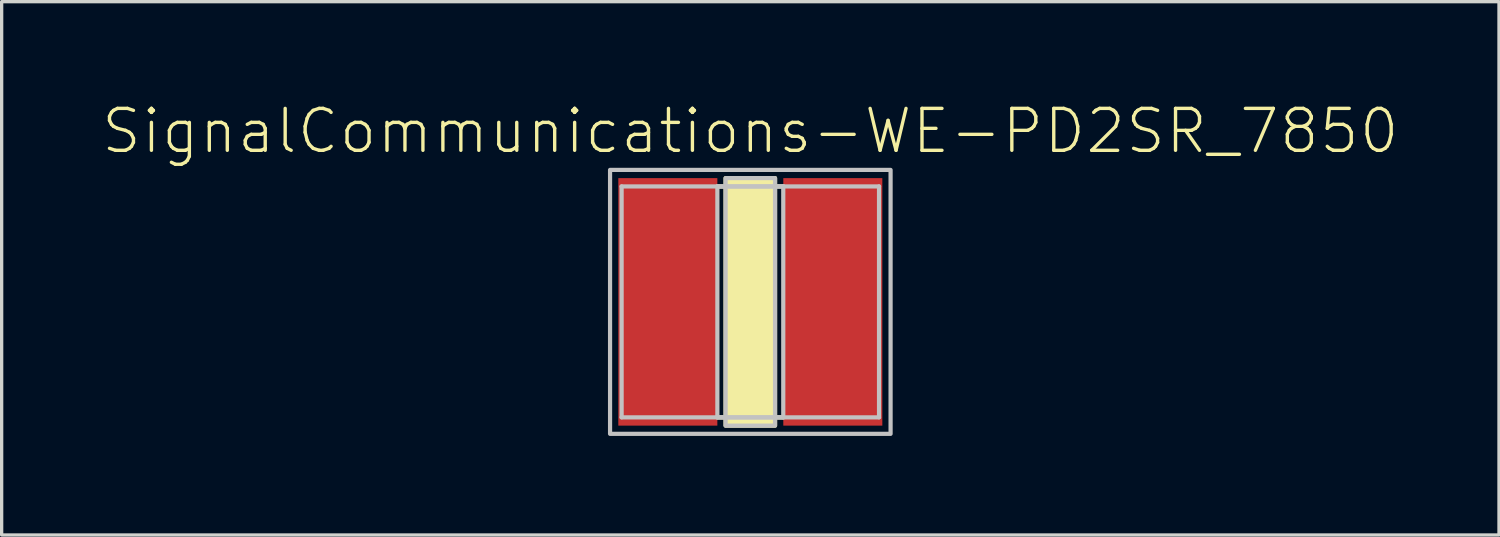
<source format=kicad_pcb>
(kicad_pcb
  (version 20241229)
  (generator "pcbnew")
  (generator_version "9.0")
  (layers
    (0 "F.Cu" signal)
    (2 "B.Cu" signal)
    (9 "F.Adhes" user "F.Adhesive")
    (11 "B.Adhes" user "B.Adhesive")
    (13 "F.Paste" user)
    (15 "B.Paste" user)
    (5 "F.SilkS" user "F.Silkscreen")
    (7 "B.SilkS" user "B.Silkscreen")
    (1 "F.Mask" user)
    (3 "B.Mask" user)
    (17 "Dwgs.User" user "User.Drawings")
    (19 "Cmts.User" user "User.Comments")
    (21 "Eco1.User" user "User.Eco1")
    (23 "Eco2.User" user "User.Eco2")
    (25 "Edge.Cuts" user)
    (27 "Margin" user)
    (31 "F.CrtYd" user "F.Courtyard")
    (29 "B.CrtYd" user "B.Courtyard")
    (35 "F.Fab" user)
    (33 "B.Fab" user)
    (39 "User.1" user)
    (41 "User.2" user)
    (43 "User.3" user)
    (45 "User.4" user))
  (footprint "SignalCommunications-WE-PD2SR_7850"
    (layer "F.Cu")
    (at 19.68 6.095)
    (property "Reference" "SignalCommunications-WE-PD2SR_7850" (at 0 -5.174 0) (layer "F.SilkS") (effects (font (size 1.27 1.27) (thickness 0.102))))
    (attr smd)
    (fp_line (start -0.998 -3.498) (end 0.998 -3.498) (stroke (width 0.127) (type solid)) (layer "F.SilkS"))
    (fp_line (start -0.998 3.498) (end 0.998 3.498) (stroke (width 0.127) (type solid)) (layer "F.SilkS"))
    (fp_poly (pts (xy -0.749 -3.749) (xy 0.749 -3.749) (xy 0.749 3.749) (xy -0.749 3.749) (xy -0.749 -3.749)) (stroke (width 0.127) (type solid)) (fill yes) (layer "F.SilkS"))
    (fp_line (start -3.899 -3.498) (end -3.899 3.498) (stroke (width 0.127) (type solid)) (layer "Dwgs.User"))
    (fp_line (start -3.899 3.498) (end 3.899 3.498) (stroke (width 0.127) (type solid)) (layer "Dwgs.User"))
    (fp_line (start -0.998 -3.498) (end -0.998 3.498) (stroke (width 0.127) (type solid)) (layer "Dwgs.User"))
    (fp_line (start -0.998 3.498) (end 0.998 3.498) (stroke (width 0.127) (type solid)) (layer "Dwgs.User"))
    (fp_line (start 0.998 -3.498) (end -0.998 -3.498) (stroke (width 0.127) (type solid)) (layer "Dwgs.User"))
    (fp_line (start 0.998 3.498) (end 0.998 -3.498) (stroke (width 0.127) (type solid)) (layer "Dwgs.User"))
    (fp_line (start 3.899 -3.498) (end -3.899 -3.498) (stroke (width 0.127) (type solid)) (layer "Dwgs.User"))
    (fp_line (start 3.899 3.498) (end 3.899 -3.498) (stroke (width 0.127) (type solid)) (layer "Dwgs.User"))
    (fp_poly (pts (xy -4.249 -3.998) (xy 4.249 -3.998) (xy 4.249 3.998) (xy -4.249 3.998) (xy -4.249 -3.998)) (stroke (width 0.127) (type solid)) (fill no) (layer "Dwgs.User"))
    (fp_poly (pts (xy -0.749 -3.749) (xy 0.749 -3.749) (xy 0.749 3.749) (xy -0.749 3.749) (xy -0.749 -3.749)) (stroke (width 0.127) (type solid)) (fill no) (layer "Dwgs.User"))
    (pad "1" smd rect (at -2.499 0) (size 3 7.498) (layers "F.Cu" "F.Mask" "F.Paste"))
    (pad "2" smd rect (at 2.499 0) (size 3 7.498) (layers "F.Cu" "F.Mask" "F.Paste")))
  (gr_rect
    (start -3 -3)
    (end 42.36 13.157)
    (stroke (width 0.1) (type default))
    (fill no)
    (layer "Edge.Cuts")))
</source>
